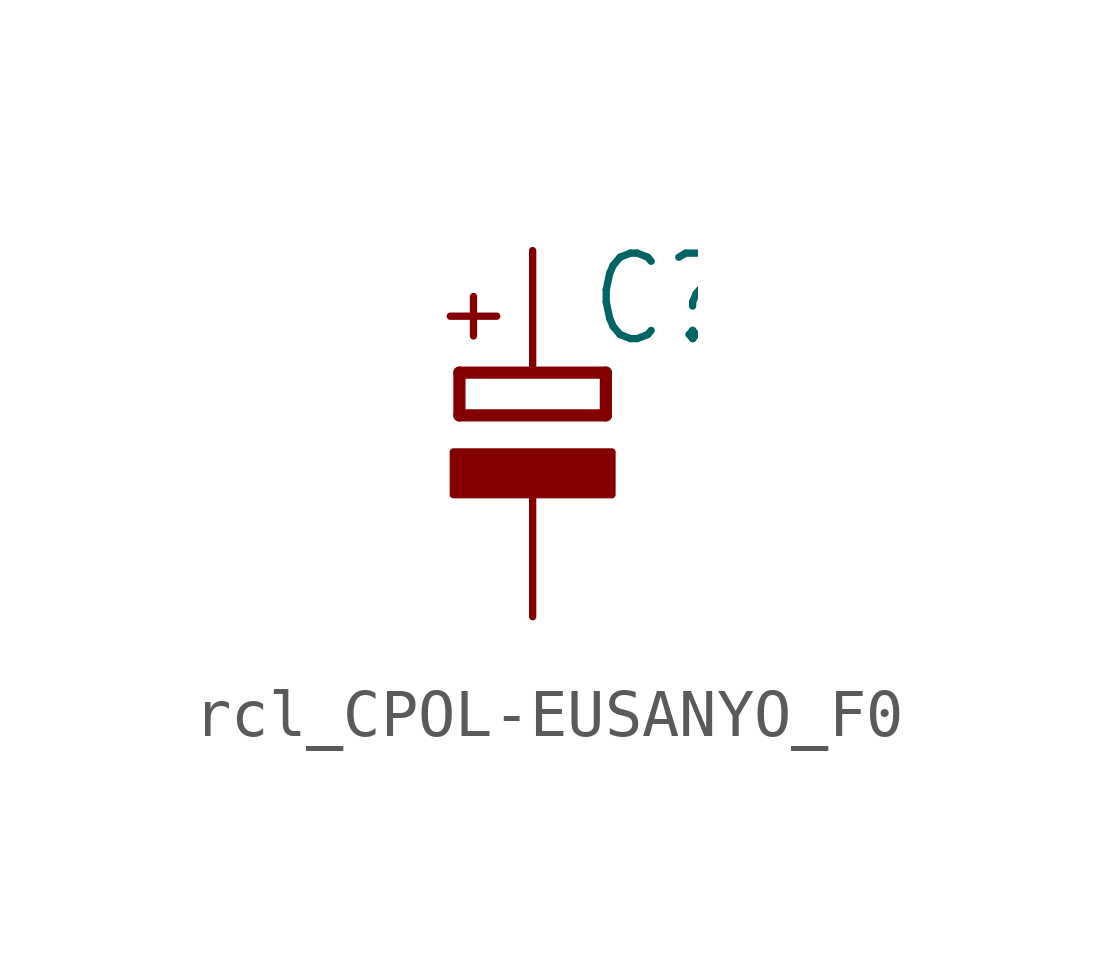
<source format=kicad_sym>
(kicad_symbol_lib
  (version 20241209)
  (generator "kicad_symbol_editor")
  (generator_version "9.0")
  (symbol "rcl_CPOL-EUSANYO_F0"
    (property "Reference" "C"
      (at 1.143 0.483 0)
      (effects (font (size 1.778 1.511)) (justify left bottom)))
    (property "Value" ""
      (at 1.143 -4.597 0)
      (effects (font (size 1.778 1.511)) (justify left bottom)))
    (property "ki_locked" ""
      (at 0 0 0)
      (effects (font (size 1.27 1.27))))
    (symbol "rcl_CPOL-EUSANYO_F0_1_0"
      (rectangle (start -1.651 -2.54) (end 1.651 -1.651) (stroke (width 0) (type default)) (fill (type outline)))
      (polyline (pts (xy -1.524 0) (xy -1.524 -0.889)) (stroke (width 0.254) (type solid)) (fill (type none)))
      (polyline (pts (xy -1.524 0) (xy 1.524 0)) (stroke (width 0.254) (type solid)) (fill (type none)))
      (polyline (pts (xy -1.524 -0.889) (xy 1.524 -0.889)) (stroke (width 0.254) (type solid)) (fill (type none)))
      (polyline (pts (xy 1.524 -0.889) (xy 1.524 0)) (stroke (width 0.254) (type solid)) (fill (type none)))
      (text "+" (at -0.584 0.406 900) (effects (font (size 1.27 1.079)) (justify left bottom)))
      (pin passive line (at 0 2.54 270) (length 2.54) (name "+" (effects (font (size 0 0)))) (number "+" (effects (font (size 0 0)))))
      (pin passive line (at 0 -5.08 90) (length 2.54) (name "-" (effects (font (size 0 0)))) (number "-" (effects (font (size 0 0))))))))
</source>
